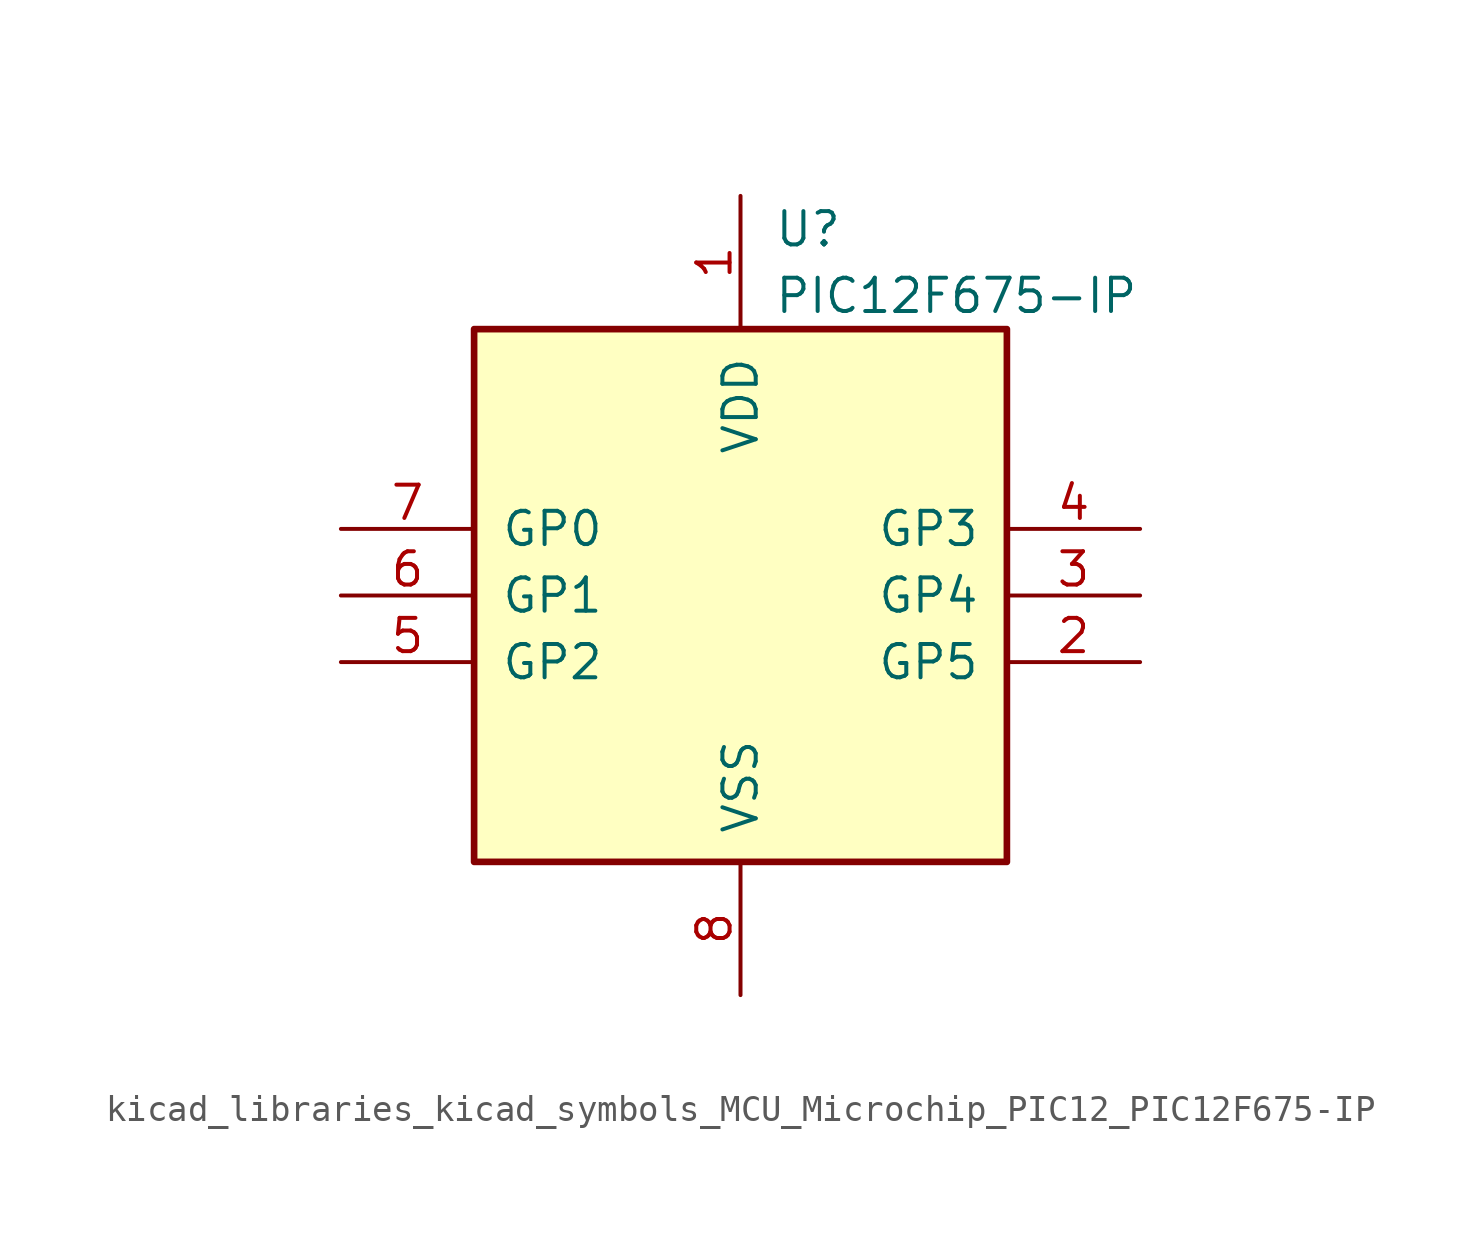
<source format=kicad_sym>
(kicad_symbol_lib
  (version 20220914)
  (generator kicad_symbol_editor)
  (symbol "kicad_libraries_kicad_symbols_MCU_Microchip_PIC12_PIC12F675-IP"
    (pin_names
      (offset 1.016))
    (property "Reference" "U"
      (at 1.27 13.97 0)
      (effects (font (size 1.27 1.27)) (justify left)))
    (property "Value" "PIC12F675-IP"
      (at 1.27 11.43 0)
      (effects (font (size 1.27 1.27)) (justify left)))
    (symbol "kicad_libraries_kicad_symbols_MCU_Microchip_PIC12_PIC12F675-IP_0_1"
      (rectangle (start 10.16 -10.16) (end -10.16 10.16) (stroke (width 0.254) (type default)) (fill (type background))))
    (symbol "kicad_libraries_kicad_symbols_MCU_Microchip_PIC12_PIC12F675-IP_1_1"
      (pin power_in line (at 0 15.24 270) (length 5.08) (name "VDD" (effects (font (size 1.27 1.27)))) (number "1" (effects (font (size 1.27 1.27)))))
      (pin bidirectional line (at 15.24 -2.54 180) (length 5.08) (name "GP5" (effects (font (size 1.27 1.27)))) (number "2" (effects (font (size 1.27 1.27)))))
      (pin bidirectional line (at 15.24 0 180) (length 5.08) (name "GP4" (effects (font (size 1.27 1.27)))) (number "3" (effects (font (size 1.27 1.27)))))
      (pin input line (at 15.24 2.54 180) (length 5.08) (name "GP3" (effects (font (size 1.27 1.27)))) (number "4" (effects (font (size 1.27 1.27)))))
      (pin bidirectional line (at -15.24 -2.54 0) (length 5.08) (name "GP2" (effects (font (size 1.27 1.27)))) (number "5" (effects (font (size 1.27 1.27)))))
      (pin bidirectional line (at -15.24 0 0) (length 5.08) (name "GP1" (effects (font (size 1.27 1.27)))) (number "6" (effects (font (size 1.27 1.27)))))
      (pin bidirectional line (at -15.24 2.54 0) (length 5.08) (name "GP0" (effects (font (size 1.27 1.27)))) (number "7" (effects (font (size 1.27 1.27)))))
      (pin power_in line (at 0 -15.24 90) (length 5.08) (name "VSS" (effects (font (size 1.27 1.27)))) (number "8" (effects (font (size 1.27 1.27))))))))
</source>
